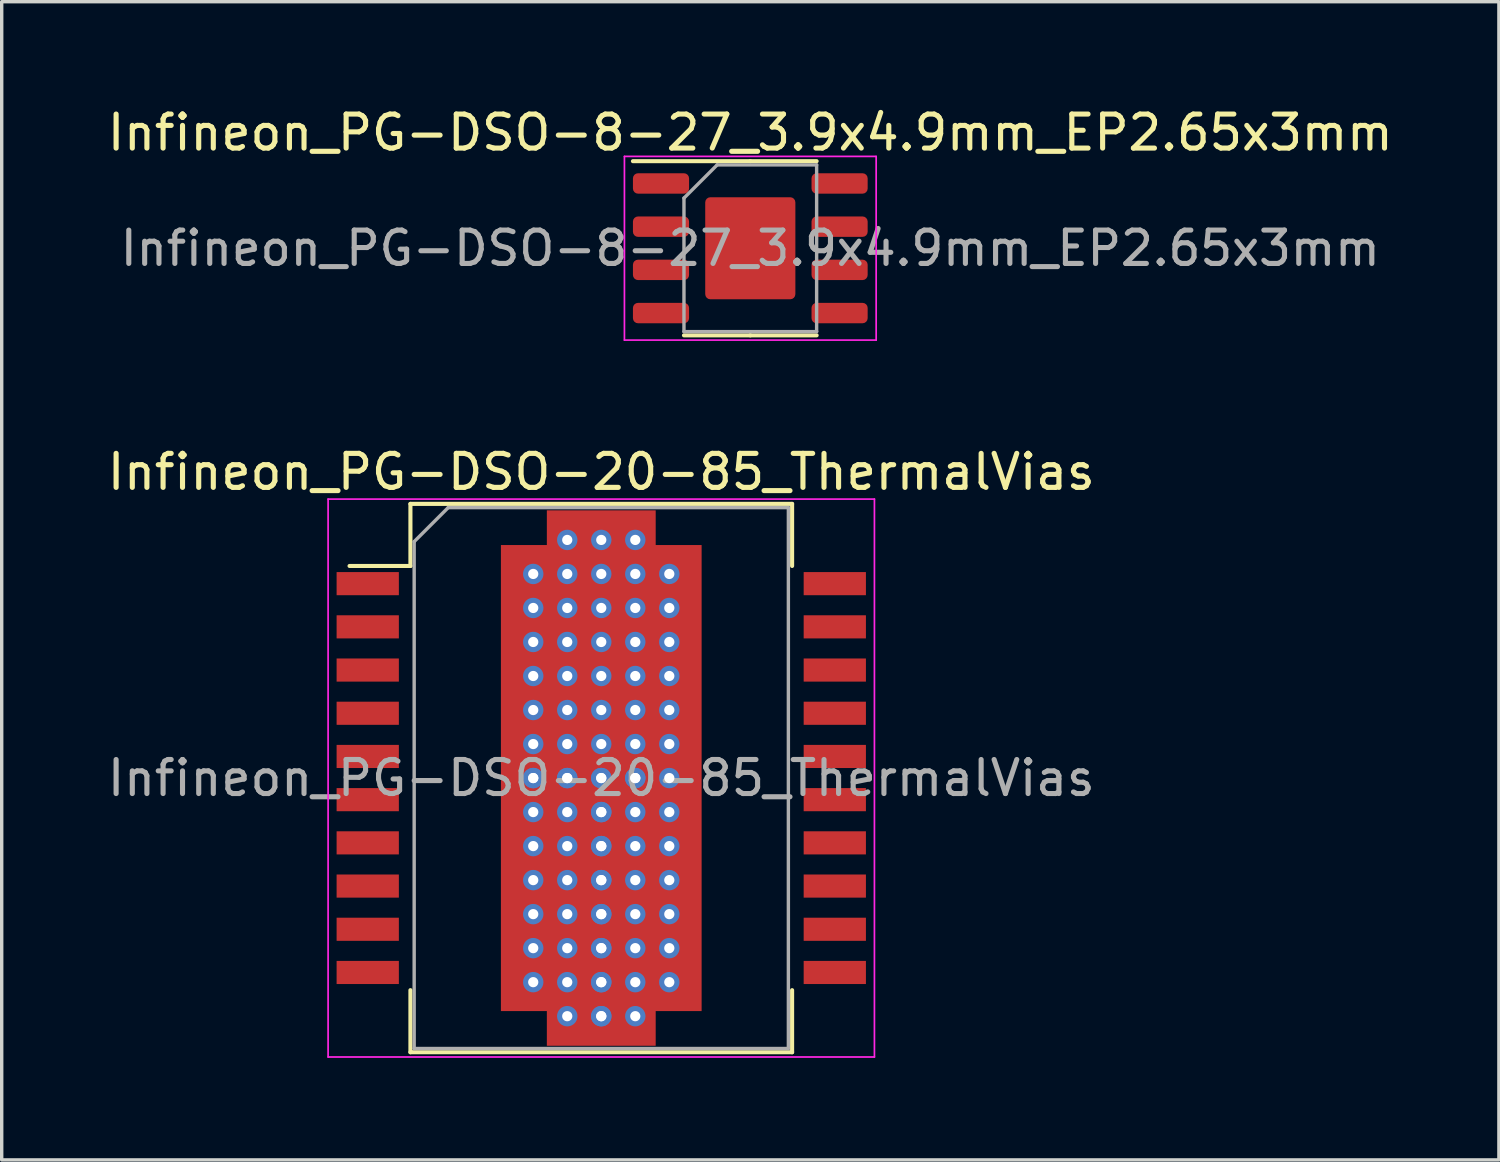
<source format=kicad_pcb>
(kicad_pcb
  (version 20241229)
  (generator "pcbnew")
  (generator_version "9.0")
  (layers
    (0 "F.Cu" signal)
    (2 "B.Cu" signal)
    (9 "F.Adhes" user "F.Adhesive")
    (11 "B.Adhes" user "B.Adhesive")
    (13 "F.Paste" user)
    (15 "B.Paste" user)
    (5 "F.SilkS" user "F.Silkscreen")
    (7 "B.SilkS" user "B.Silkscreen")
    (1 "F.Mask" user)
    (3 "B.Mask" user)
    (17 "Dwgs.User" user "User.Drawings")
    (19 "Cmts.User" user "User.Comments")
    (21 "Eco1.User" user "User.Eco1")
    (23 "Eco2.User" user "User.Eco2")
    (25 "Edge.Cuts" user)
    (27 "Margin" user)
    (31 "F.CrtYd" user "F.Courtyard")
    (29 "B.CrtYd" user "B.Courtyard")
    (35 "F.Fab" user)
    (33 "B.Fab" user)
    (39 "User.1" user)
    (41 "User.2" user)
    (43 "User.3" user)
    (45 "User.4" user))
  (footprint "Infineon_PG-DSO-8-27_3.9x4.9mm_EP2.65x3mm"
    (layer "F.Cu")
    (at 19.006 4.248)
    (property "Reference" "Infineon_PG-DSO-8-27_3.9x4.9mm_EP2.65x3mm" (at 0 -3.4 0) (layer "F.SilkS") (effects (font (size 1 1) (thickness 0.15))))
    (attr smd)
    (fp_line (start 0 -2.56) (end -3.45 -2.56) (stroke (width 0.12) (type solid)) (layer "F.SilkS"))
    (fp_line (start 0 -2.56) (end 1.95 -2.56) (stroke (width 0.12) (type solid)) (layer "F.SilkS"))
    (fp_line (start 0 2.56) (end -1.95 2.56) (stroke (width 0.12) (type solid)) (layer "F.SilkS"))
    (fp_line (start 0 2.56) (end 1.95 2.56) (stroke (width 0.12) (type solid)) (layer "F.SilkS"))
    (fp_line (start -3.7 -2.7) (end -3.7 2.7) (stroke (width 0.05) (type solid)) (layer "F.CrtYd"))
    (fp_line (start -3.7 2.7) (end 3.7 2.7) (stroke (width 0.05) (type solid)) (layer "F.CrtYd"))
    (fp_line (start 3.7 -2.7) (end -3.7 -2.7) (stroke (width 0.05) (type solid)) (layer "F.CrtYd"))
    (fp_line (start 3.7 2.7) (end 3.7 -2.7) (stroke (width 0.05) (type solid)) (layer "F.CrtYd"))
    (fp_line (start -1.95 -1.475) (end -0.975 -2.45) (stroke (width 0.1) (type solid)) (layer "F.Fab"))
    (fp_line (start -1.95 2.45) (end -1.95 -1.475) (stroke (width 0.1) (type solid)) (layer "F.Fab"))
    (fp_line (start -0.975 -2.45) (end 1.95 -2.45) (stroke (width 0.1) (type solid)) (layer "F.Fab"))
    (fp_line (start 1.95 -2.45) (end 1.95 2.45) (stroke (width 0.1) (type solid)) (layer "F.Fab"))
    (fp_line (start 1.95 2.45) (end -1.95 2.45) (stroke (width 0.1) (type solid)) (layer "F.Fab"))
    (fp_text user "${REFERENCE}" (at 0 0 0) (layer "F.Fab") (effects (font (size 0.98 0.98) (thickness 0.15))))
    (pad "" smd roundrect (at -0.66 -0.75) (size 1.07 1.21) (layers "F.Paste") (roundrect_rratio 0.234))
    (pad "" smd roundrect (at -0.66 0.75) (size 1.07 1.21) (layers "F.Paste") (roundrect_rratio 0.234))
    (pad "" smd roundrect (at 0.66 -0.75) (size 1.07 1.21) (layers "F.Paste") (roundrect_rratio 0.234))
    (pad "" smd roundrect (at 0.66 0.75) (size 1.07 1.21) (layers "F.Paste") (roundrect_rratio 0.234))
    (pad "1" smd roundrect (at -2.625 -1.905) (size 1.65 0.6) (layers "F.Cu" "F.Mask" "F.Paste") (roundrect_rratio 0.25))
    (pad "2" smd roundrect (at -2.625 -0.635) (size 1.65 0.6) (layers "F.Cu" "F.Mask" "F.Paste") (roundrect_rratio 0.25))
    (pad "3" smd roundrect (at -2.625 0.635) (size 1.65 0.6) (layers "F.Cu" "F.Mask" "F.Paste") (roundrect_rratio 0.25))
    (pad "4" smd roundrect (at -2.625 1.905) (size 1.65 0.6) (layers "F.Cu" "F.Mask" "F.Paste") (roundrect_rratio 0.25))
    (pad "5" smd roundrect (at 2.625 1.905) (size 1.65 0.6) (layers "F.Cu" "F.Mask" "F.Paste") (roundrect_rratio 0.25))
    (pad "6" smd roundrect (at 2.625 0.635) (size 1.65 0.6) (layers "F.Cu" "F.Mask" "F.Paste") (roundrect_rratio 0.25))
    (pad "7" smd roundrect (at 2.625 -0.635) (size 1.65 0.6) (layers "F.Cu" "F.Mask" "F.Paste") (roundrect_rratio 0.25))
    (pad "8" smd roundrect (at 2.625 -1.905) (size 1.65 0.6) (layers "F.Cu" "F.Mask" "F.Paste") (roundrect_rratio 0.25))
    (pad "9" smd roundrect (at 0 0) (size 2.65 3) (layers "F.Cu" "F.Mask") (roundrect_rratio 0.057)))
  (footprint "Infineon_PG-DSO-20-85_ThermalVias"
    (layer "F.Cu")
    (at 14.625 19.822)
    (property "Reference" "Infineon_PG-DSO-20-85_ThermalVias" (at 0 -9 0) (layer "F.SilkS") (effects (font (size 1 1) (thickness 0.15))))
    (attr smd)
    (fp_line (start -7.4 -6.235) (end -5.61 -6.235) (stroke (width 0.12) (type solid)) (layer "F.SilkS"))
    (fp_line (start -5.61 -8.06) (end 5.61 -8.06) (stroke (width 0.12) (type solid)) (layer "F.SilkS"))
    (fp_line (start -5.61 -6.235) (end -5.61 -8.06) (stroke (width 0.12) (type solid)) (layer "F.SilkS"))
    (fp_line (start -5.61 6.235) (end -5.61 8.06) (stroke (width 0.12) (type solid)) (layer "F.SilkS"))
    (fp_line (start 5.61 -6.235) (end 5.61 -8.06) (stroke (width 0.12) (type solid)) (layer "F.SilkS"))
    (fp_line (start 5.61 6.235) (end 5.61 8.06) (stroke (width 0.12) (type solid)) (layer "F.SilkS"))
    (fp_line (start 5.61 8.06) (end -5.61 8.06) (stroke (width 0.12) (type solid)) (layer "F.SilkS"))
    (fp_line (start -8.03 -8.2) (end 8.03 -8.2) (stroke (width 0.05) (type solid)) (layer "F.CrtYd"))
    (fp_line (start -8.03 8.2) (end -8.03 -8.2) (stroke (width 0.05) (type solid)) (layer "F.CrtYd"))
    (fp_line (start -8.03 8.2) (end 8.03 8.2) (stroke (width 0.05) (type solid)) (layer "F.CrtYd"))
    (fp_line (start 8.03 8.2) (end 8.03 -8.2) (stroke (width 0.05) (type solid)) (layer "F.CrtYd"))
    (fp_line (start -5.5 -6.95) (end -4.5 -7.95) (stroke (width 0.1) (type solid)) (layer "F.Fab"))
    (fp_line (start -5.5 7.95) (end -5.5 -6.95) (stroke (width 0.1) (type solid)) (layer "F.Fab"))
    (fp_line (start -4.5 -7.95) (end 5.5 -7.95) (stroke (width 0.1) (type solid)) (layer "F.Fab"))
    (fp_line (start 5.5 -7.95) (end 5.5 7.95) (stroke (width 0.1) (type solid)) (layer "F.Fab"))
    (fp_line (start 5.5 7.95) (end -5.5 7.95) (stroke (width 0.1) (type solid)) (layer "F.Fab"))
    (fp_text user "${REFERENCE}" (at 0 0 0) (layer "F.Fab") (effects (font (size 1 1) (thickness 0.15))))
    (pad "" smd rect (at -1.4 -4.95) (size 2.4 2.8) (layers "F.Paste"))
    (pad "" smd rect (at -1.4 -1.65) (size 2.4 2.8) (layers "F.Paste"))
    (pad "" smd rect (at -1.4 1.65) (size 2.4 2.8) (layers "F.Paste"))
    (pad "" smd rect (at -1.4 4.95) (size 2.4 2.8) (layers "F.Paste"))
    (pad "" smd rect (at 0 -7.36) (size 3.2 1) (layers "F.Paste"))
    (pad "" smd rect (at 0 7.36) (size 3.2 1) (layers "F.Paste"))
    (pad "" smd rect (at 1.4 -4.95) (size 2.4 2.8) (layers "F.Paste"))
    (pad "" smd rect (at 1.4 -1.65) (size 2.4 2.8) (layers "F.Paste"))
    (pad "" smd rect (at 1.4 1.65) (size 2.4 2.8) (layers "F.Paste"))
    (pad "" smd rect (at 1.4 4.95) (size 2.4 2.8) (layers "F.Paste"))
    (pad "" smd rect (at 6.865 -5.715) (size 1.83 0.68) (layers "F.Cu" "F.Mask" "F.Paste"))
    (pad "" smd rect (at 6.865 -4.445) (size 1.83 0.68) (layers "F.Cu" "F.Mask" "F.Paste"))
    (pad "" smd rect (at 6.865 4.445) (size 1.83 0.68) (layers "F.Cu" "F.Mask" "F.Paste"))
    (pad "" smd rect (at 6.865 5.715) (size 1.83 0.68) (layers "F.Cu" "F.Mask" "F.Paste"))
    (pad "D" smd rect (at 6.865 -3.175) (size 1.83 0.68) (layers "F.Cu" "F.Mask" "F.Paste"))
    (pad "D" smd rect (at 6.865 -1.905) (size 1.83 0.68) (layers "F.Cu" "F.Mask" "F.Paste"))
    (pad "D" smd rect (at 6.865 -0.635) (size 1.83 0.68) (layers "F.Cu" "F.Mask" "F.Paste"))
    (pad "D" smd rect (at 6.865 0.635) (size 1.83 0.68) (layers "F.Cu" "F.Mask" "F.Paste"))
    (pad "D" smd rect (at 6.865 1.905) (size 1.83 0.68) (layers "F.Cu" "F.Mask" "F.Paste"))
    (pad "D" smd rect (at 6.865 3.175) (size 1.83 0.68) (layers "F.Cu" "F.Mask" "F.Paste"))
    (pad "G" smd rect (at -6.865 4.445) (size 1.83 0.68) (layers "F.Cu" "F.Mask" "F.Paste"))
    (pad "G" smd rect (at -6.865 5.715) (size 1.83 0.68) (layers "F.Cu" "F.Mask" "F.Paste"))
    (pad "S" smd rect (at -6.865 -5.715) (size 1.83 0.68) (layers "F.Cu" "F.Mask" "F.Paste"))
    (pad "S" smd rect (at -6.865 -4.445) (size 1.83 0.68) (layers "F.Cu" "F.Mask" "F.Paste"))
    (pad "S" smd rect (at -6.865 -3.175) (size 1.83 0.68) (layers "F.Cu" "F.Mask" "F.Paste"))
    (pad "S" smd rect (at -6.865 -1.905) (size 1.83 0.68) (layers "F.Cu" "F.Mask" "F.Paste"))
    (pad "S" smd rect (at -6.865 -0.635) (size 1.83 0.68) (layers "F.Cu" "F.Mask" "F.Paste"))
    (pad "S" smd rect (at -6.865 0.635) (size 1.83 0.68) (layers "F.Cu" "F.Mask" "F.Paste"))
    (pad "S" smd rect (at -6.865 1.905) (size 1.83 0.68) (layers "F.Cu" "F.Mask" "F.Paste"))
    (pad "S" thru_hole circle (at -2 -6) (size 0.6 0.6) (drill 0.3) (layers "*.Cu" "*.Mask"))
    (pad "S" thru_hole circle (at -2 -5) (size 0.6 0.6) (drill 0.3) (layers "*.Cu" "*.Mask"))
    (pad "S" thru_hole circle (at -2 -4) (size 0.6 0.6) (drill 0.3) (layers "*.Cu" "*.Mask"))
    (pad "S" thru_hole circle (at -2 -3) (size 0.6 0.6) (drill 0.3) (layers "*.Cu" "*.Mask"))
    (pad "S" thru_hole circle (at -2 -2) (size 0.6 0.6) (drill 0.3) (layers "*.Cu" "*.Mask"))
    (pad "S" thru_hole circle (at -2 -1) (size 0.6 0.6) (drill 0.3) (layers "*.Cu" "*.Mask"))
    (pad "S" thru_hole circle (at -2 0) (size 0.6 0.6) (drill 0.3) (layers "*.Cu" "*.Mask"))
    (pad "S" thru_hole circle (at -2 0) (size 0.6 0.6) (drill 0.3) (layers "*.Cu" "*.Mask"))
    (pad "S" thru_hole circle (at -2 1) (size 0.6 0.6) (drill 0.3) (layers "*.Cu" "*.Mask"))
    (pad "S" thru_hole circle (at -2 2) (size 0.6 0.6) (drill 0.3) (layers "*.Cu" "*.Mask"))
    (pad "S" thru_hole circle (at -2 3) (size 0.6 0.6) (drill 0.3) (layers "*.Cu" "*.Mask"))
    (pad "S" thru_hole circle (at -2 4) (size 0.6 0.6) (drill 0.3) (layers "*.Cu" "*.Mask"))
    (pad "S" thru_hole circle (at -2 5) (size 0.6 0.6) (drill 0.3) (layers "*.Cu" "*.Mask"))
    (pad "S" thru_hole circle (at -2 6) (size 0.6 0.6) (drill 0.3) (layers "*.Cu" "*.Mask"))
    (pad "S" thru_hole circle (at -1 -7) (size 0.6 0.6) (drill 0.3) (layers "*.Cu" "*.Mask"))
    (pad "S" thru_hole circle (at -1 -6) (size 0.6 0.6) (drill 0.3) (layers "*.Cu" "*.Mask"))
    (pad "S" thru_hole circle (at -1 -5) (size 0.6 0.6) (drill 0.3) (layers "*.Cu" "*.Mask"))
    (pad "S" thru_hole circle (at -1 -4) (size 0.6 0.6) (drill 0.3) (layers "*.Cu" "*.Mask"))
    (pad "S" thru_hole circle (at -1 -3) (size 0.6 0.6) (drill 0.3) (layers "*.Cu" "*.Mask"))
    (pad "S" thru_hole circle (at -1 -2) (size 0.6 0.6) (drill 0.3) (layers "*.Cu" "*.Mask"))
    (pad "S" thru_hole circle (at -1 -1) (size 0.6 0.6) (drill 0.3) (layers "*.Cu" "*.Mask"))
    (pad "S" thru_hole circle (at -1 0) (size 0.6 0.6) (drill 0.3) (layers "*.Cu" "*.Mask"))
    (pad "S" thru_hole circle (at -1 0) (size 0.6 0.6) (drill 0.3) (layers "*.Cu" "*.Mask"))
    (pad "S" thru_hole circle (at -1 1) (size 0.6 0.6) (drill 0.3) (layers "*.Cu" "*.Mask"))
    (pad "S" thru_hole circle (at -1 2) (size 0.6 0.6) (drill 0.3) (layers "*.Cu" "*.Mask"))
    (pad "S" thru_hole circle (at -1 3) (size 0.6 0.6) (drill 0.3) (layers "*.Cu" "*.Mask"))
    (pad "S" thru_hole circle (at -1 4) (size 0.6 0.6) (drill 0.3) (layers "*.Cu" "*.Mask"))
    (pad "S" thru_hole circle (at -1 5) (size 0.6 0.6) (drill 0.3) (layers "*.Cu" "*.Mask"))
    (pad "S" thru_hole circle (at -1 6) (size 0.6 0.6) (drill 0.3) (layers "*.Cu" "*.Mask"))
    (pad "S" thru_hole circle (at -1 7) (size 0.6 0.6) (drill 0.3) (layers "*.Cu" "*.Mask"))
    (pad "S" thru_hole circle (at 0 -7) (size 0.6 0.6) (drill 0.3) (layers "*.Cu" "*.Mask"))
    (pad "S" thru_hole circle (at 0 -6) (size 0.6 0.6) (drill 0.3) (layers "*.Cu" "*.Mask"))
    (pad "S" thru_hole circle (at 0 -5) (size 0.6 0.6) (drill 0.3) (layers "*.Cu" "*.Mask"))
    (pad "S" thru_hole circle (at 0 -4) (size 0.6 0.6) (drill 0.3) (layers "*.Cu" "*.Mask"))
    (pad "S" thru_hole circle (at 0 -3) (size 0.6 0.6) (drill 0.3) (layers "*.Cu" "*.Mask"))
    (pad "S" thru_hole circle (at 0 -2) (size 0.6 0.6) (drill 0.3) (layers "*.Cu" "*.Mask"))
    (pad "S" thru_hole circle (at 0 -1) (size 0.6 0.6) (drill 0.3) (layers "*.Cu" "*.Mask"))
    (pad "S" thru_hole circle (at 0 0) (size 0.6 0.6) (drill 0.3) (layers "*.Cu" "*.Mask"))
    (pad "S" thru_hole circle (at 0 0) (size 0.6 0.6) (drill 0.3) (layers "*.Cu" "*.Mask"))
    (pad "S" smd custom (at 0 0) (size 5.9 13.7) (layers "F.Cu" "F.Mask") (options (anchor rect)) (primitives (gr_poly (pts (xy -1.6 -7.87) (xy 1.6 -7.87) (xy 1.6 7.87) (xy -1.6 7.87)) (width 0) (fill yes))))
    (pad "S" thru_hole circle (at 0 1) (size 0.6 0.6) (drill 0.3) (layers "*.Cu" "*.Mask"))
    (pad "S" thru_hole circle (at 0 1) (size 0.6 0.6) (drill 0.3) (layers "*.Cu" "*.Mask"))
    (pad "S" thru_hole circle (at 0 2) (size 0.6 0.6) (drill 0.3) (layers "*.Cu" "*.Mask"))
    (pad "S" thru_hole circle (at 0 2) (size 0.6 0.6) (drill 0.3) (layers "*.Cu" "*.Mask"))
    (pad "S" thru_hole circle (at 0 3) (size 0.6 0.6) (drill 0.3) (layers "*.Cu" "*.Mask"))
    (pad "S" thru_hole circle (at 0 3) (size 0.6 0.6) (drill 0.3) (layers "*.Cu" "*.Mask"))
    (pad "S" thru_hole circle (at 0 4) (size 0.6 0.6) (drill 0.3) (layers "*.Cu" "*.Mask"))
    (pad "S" thru_hole circle (at 0 4) (size 0.6 0.6) (drill 0.3) (layers "*.Cu" "*.Mask"))
    (pad "S" thru_hole circle (at 0 5) (size 0.6 0.6) (drill 0.3) (layers "*.Cu" "*.Mask"))
    (pad "S" thru_hole circle (at 0 5) (size 0.6 0.6) (drill 0.3) (layers "*.Cu" "*.Mask"))
    (pad "S" thru_hole circle (at 0 6) (size 0.6 0.6) (drill 0.3) (layers "*.Cu" "*.Mask"))
    (pad "S" thru_hole circle (at 0 6) (size 0.6 0.6) (drill 0.3) (layers "*.Cu" "*.Mask"))
    (pad "S" thru_hole circle (at 0 7) (size 0.6 0.6) (drill 0.3) (layers "*.Cu" "*.Mask"))
    (pad "S" thru_hole circle (at 0 7) (size 0.6 0.6) (drill 0.3) (layers "*.Cu" "*.Mask"))
    (pad "S" thru_hole circle (at 1 -7) (size 0.6 0.6) (drill 0.3) (layers "*.Cu" "*.Mask"))
    (pad "S" thru_hole circle (at 1 -6) (size 0.6 0.6) (drill 0.3) (layers "*.Cu" "*.Mask"))
    (pad "S" thru_hole circle (at 1 -5) (size 0.6 0.6) (drill 0.3) (layers "*.Cu" "*.Mask"))
    (pad "S" thru_hole circle (at 1 -4) (size 0.6 0.6) (drill 0.3) (layers "*.Cu" "*.Mask"))
    (pad "S" thru_hole circle (at 1 -3) (size 0.6 0.6) (drill 0.3) (layers "*.Cu" "*.Mask"))
    (pad "S" thru_hole circle (at 1 -2) (size 0.6 0.6) (drill 0.3) (layers "*.Cu" "*.Mask"))
    (pad "S" thru_hole circle (at 1 -1) (size 0.6 0.6) (drill 0.3) (layers "*.Cu" "*.Mask"))
    (pad "S" thru_hole circle (at 1 0) (size 0.6 0.6) (drill 0.3) (layers "*.Cu" "*.Mask"))
    (pad "S" thru_hole circle (at 1 0) (size 0.6 0.6) (drill 0.3) (layers "*.Cu" "*.Mask"))
    (pad "S" thru_hole circle (at 1 1) (size 0.6 0.6) (drill 0.3) (layers "*.Cu" "*.Mask"))
    (pad "S" thru_hole circle (at 1 2) (size 0.6 0.6) (drill 0.3) (layers "*.Cu" "*.Mask"))
    (pad "S" thru_hole circle (at 1 3) (size 0.6 0.6) (drill 0.3) (layers "*.Cu" "*.Mask"))
    (pad "S" thru_hole circle (at 1 4) (size 0.6 0.6) (drill 0.3) (layers "*.Cu" "*.Mask"))
    (pad "S" thru_hole circle (at 1 5) (size 0.6 0.6) (drill 0.3) (layers "*.Cu" "*.Mask"))
    (pad "S" thru_hole circle (at 1 6) (size 0.6 0.6) (drill 0.3) (layers "*.Cu" "*.Mask"))
    (pad "S" thru_hole circle (at 1 7) (size 0.6 0.6) (drill 0.3) (layers "*.Cu" "*.Mask"))
    (pad "S" thru_hole circle (at 2 -6) (size 0.6 0.6) (drill 0.3) (layers "*.Cu" "*.Mask"))
    (pad "S" thru_hole circle (at 2 -5) (size 0.6 0.6) (drill 0.3) (layers "*.Cu" "*.Mask"))
    (pad "S" thru_hole circle (at 2 -4) (size 0.6 0.6) (drill 0.3) (layers "*.Cu" "*.Mask"))
    (pad "S" thru_hole circle (at 2 -3) (size 0.6 0.6) (drill 0.3) (layers "*.Cu" "*.Mask"))
    (pad "S" thru_hole circle (at 2 -2) (size 0.6 0.6) (drill 0.3) (layers "*.Cu" "*.Mask"))
    (pad "S" thru_hole circle (at 2 -1) (size 0.6 0.6) (drill 0.3) (layers "*.Cu" "*.Mask"))
    (pad "S" thru_hole circle (at 2 0) (size 0.6 0.6) (drill 0.3) (layers "*.Cu" "*.Mask"))
    (pad "S" thru_hole circle (at 2 1) (size 0.6 0.6) (drill 0.3) (layers "*.Cu" "*.Mask"))
    (pad "S" thru_hole circle (at 2 2) (size 0.6 0.6) (drill 0.3) (layers "*.Cu" "*.Mask"))
    (pad "S" thru_hole circle (at 2 3) (size 0.6 0.6) (drill 0.3) (layers "*.Cu" "*.Mask"))
    (pad "S" thru_hole circle (at 2 4) (size 0.6 0.6) (drill 0.3) (layers "*.Cu" "*.Mask"))
    (pad "S" thru_hole circle (at 2 5) (size 0.6 0.6) (drill 0.3) (layers "*.Cu" "*.Mask"))
    (pad "S" thru_hole circle (at 2 6) (size 0.6 0.6) (drill 0.3) (layers "*.Cu" "*.Mask"))
    (pad "SS" smd rect (at -6.865 3.175) (size 1.83 0.68) (layers "F.Cu" "F.Mask" "F.Paste")))
  (gr_rect
    (start -3 -3)
    (end 41.012 31.047)
    (stroke (width 0.1) (type default))
    (fill no)
    (layer "Edge.Cuts")))
</source>
